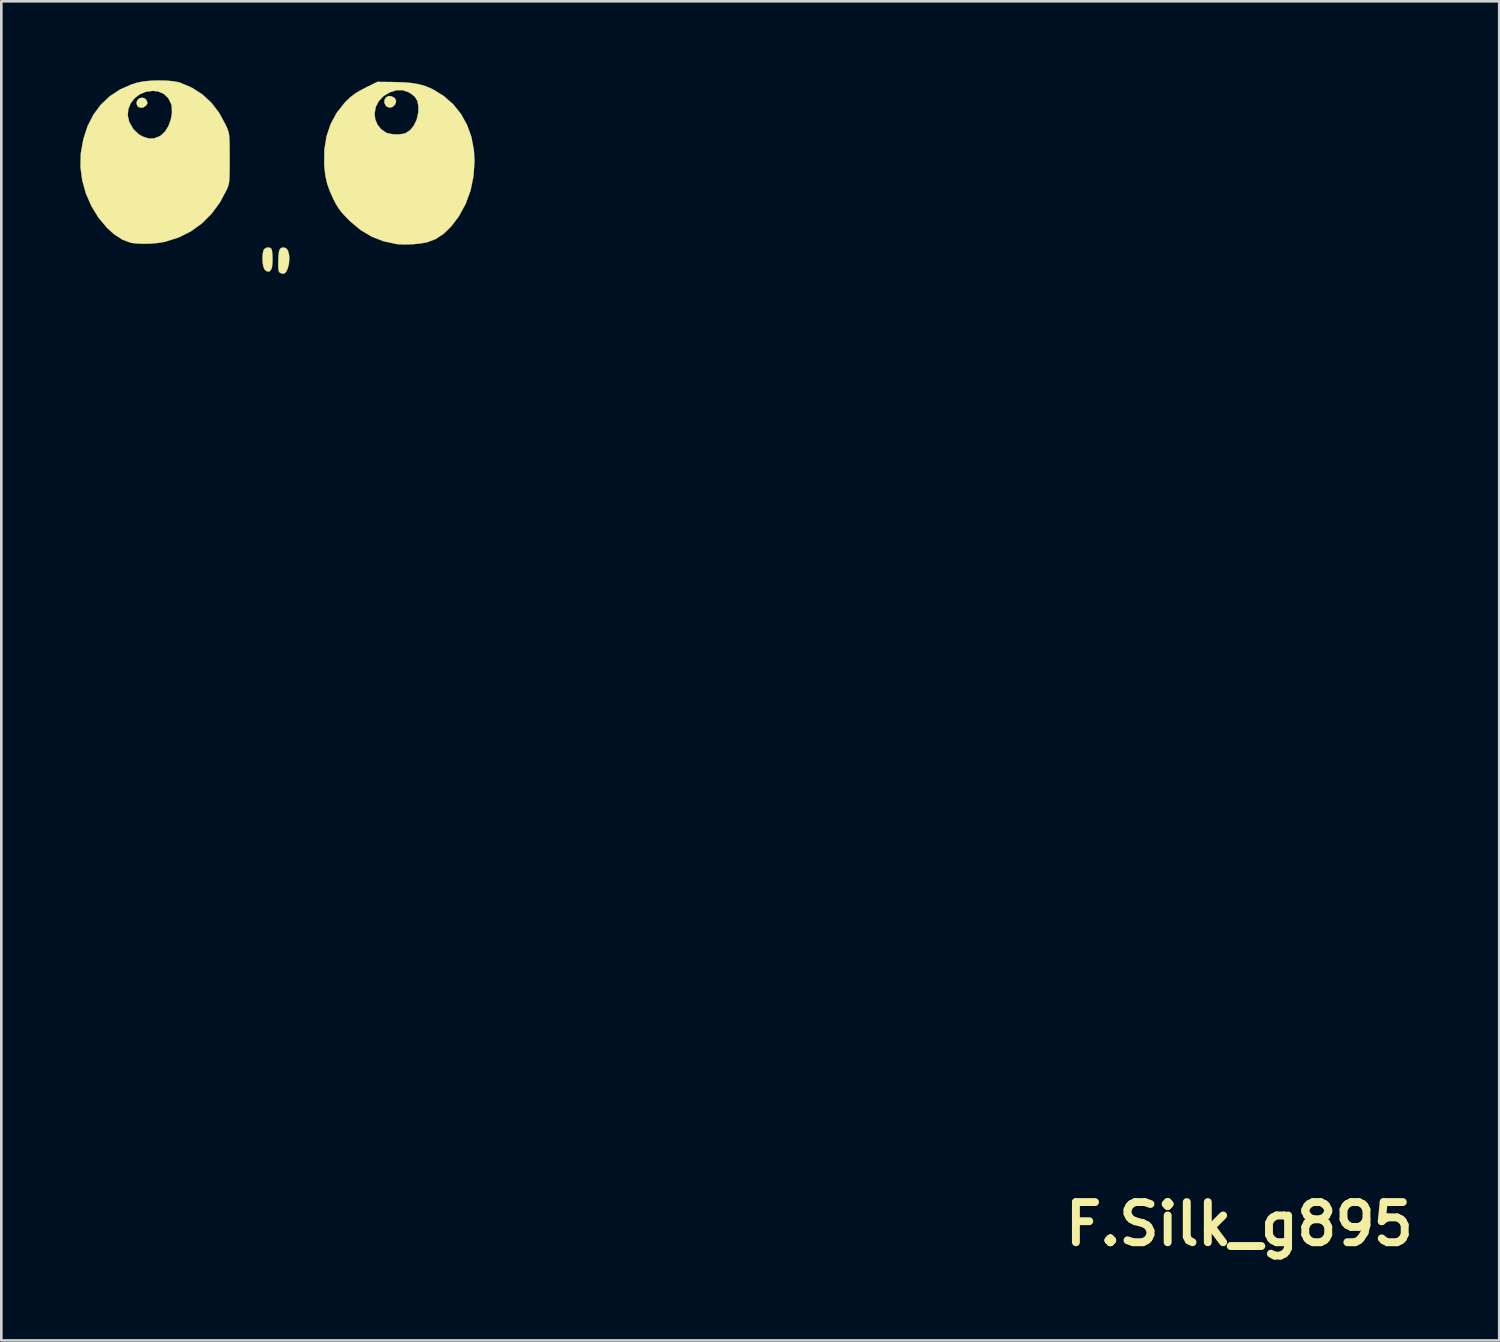
<source format=kicad_pcb>
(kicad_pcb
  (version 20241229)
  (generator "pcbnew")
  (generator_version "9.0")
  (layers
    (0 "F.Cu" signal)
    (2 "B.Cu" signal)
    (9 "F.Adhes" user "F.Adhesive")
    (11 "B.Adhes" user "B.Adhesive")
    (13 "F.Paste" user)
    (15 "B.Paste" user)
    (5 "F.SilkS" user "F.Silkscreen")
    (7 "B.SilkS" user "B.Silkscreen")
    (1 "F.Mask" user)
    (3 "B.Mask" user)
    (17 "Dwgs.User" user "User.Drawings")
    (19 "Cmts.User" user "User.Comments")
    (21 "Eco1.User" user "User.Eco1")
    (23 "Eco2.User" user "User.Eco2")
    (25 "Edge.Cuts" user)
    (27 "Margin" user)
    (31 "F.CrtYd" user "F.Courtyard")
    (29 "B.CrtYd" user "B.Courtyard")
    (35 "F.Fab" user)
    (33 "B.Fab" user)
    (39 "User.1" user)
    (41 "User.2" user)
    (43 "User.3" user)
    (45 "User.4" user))
  (footprint "F.Silk_g895"
    (layer "F.Cu")
    (at 44.001 43.421)
    (property "Reference" "F.Silk_g895" (at 0 0 0) (layer "F.SilkS") (effects (font (size 1.524 1.524) (thickness 0.3))))
    (attr through_hole)
    (fp_poly (pts (xy -41.543 -42.728) (xy -41.479 -42.651) (xy -41.454 -42.558) (xy -41.49 -42.481) (xy -41.508 -42.461) (xy -41.614 -42.391) (xy -41.732 -42.382) (xy -41.817 -42.426) (xy -41.859 -42.509) (xy -41.868 -42.566) (xy -41.834 -42.675) (xy -41.75 -42.743) (xy -41.644 -42.762) (xy -41.543 -42.728)) (stroke (width 0.01) (type solid)) (fill yes) (layer "F.SilkS"))
    (fp_poly (pts (xy -32.187 -42.817) (xy -32.06 -42.744) (xy -32.012 -42.643) (xy -32.045 -42.519) (xy -32.048 -42.513) (xy -32.139 -42.415) (xy -32.254 -42.384) (xy -32.365 -42.422) (xy -32.398 -42.451) (xy -32.458 -42.564) (xy -32.454 -42.679) (xy -32.399 -42.773) (xy -32.305 -42.826) (xy -32.187 -42.817)) (stroke (width 0.01) (type solid)) (fill yes) (layer "F.SilkS"))
    (fp_poly (pts (xy -36.801 -37.066) (xy -36.754 -37.033) (xy -36.727 -36.964) (xy -36.711 -36.837) (xy -36.704 -36.677) (xy -36.707 -36.509) (xy -36.721 -36.361) (xy -36.744 -36.261) (xy -36.809 -36.173) (xy -36.897 -36.159) (xy -36.988 -36.22) (xy -37.016 -36.257) (xy -37.057 -36.366) (xy -37.081 -36.52) (xy -37.086 -36.691) (xy -37.074 -36.852) (xy -37.044 -36.975) (xy -37.017 -37.017) (xy -36.911 -37.077) (xy -36.801 -37.066)) (stroke (width 0.01) (type solid)) (fill yes) (layer "F.SilkS"))
    (fp_poly (pts (xy -36.197 -37.054) (xy -36.117 -36.958) (xy -36.075 -36.785) (xy -36.068 -36.641) (xy -36.084 -36.45) (xy -36.126 -36.281) (xy -36.188 -36.153) (xy -36.262 -36.084) (xy -36.28 -36.079) (xy -36.368 -36.091) (xy -36.417 -36.113) (xy -36.455 -36.149) (xy -36.477 -36.215) (xy -36.486 -36.329) (xy -36.487 -36.504) (xy -36.48 -36.735) (xy -36.464 -36.895) (xy -36.435 -36.996) (xy -36.388 -37.052) (xy -36.32 -37.075) (xy -36.314 -37.076) (xy -36.197 -37.054)) (stroke (width 0.01) (type solid)) (fill yes) (layer "F.SilkS"))
    (fp_poly (pts (xy -32.108 -43.356) (xy -31.725 -43.344) (xy -31.408 -43.317) (xy -31.139 -43.27) (xy -30.899 -43.201) (xy -30.671 -43.106) (xy -30.617 -43.079) (xy -30.203 -42.825) (xy -29.846 -42.512) (xy -29.551 -42.144) (xy -29.319 -41.728) (xy -29.154 -41.268) (xy -29.06 -40.771) (xy -29.036 -40.365) (xy -29.074 -39.789) (xy -29.186 -39.242) (xy -29.373 -38.729) (xy -29.632 -38.258) (xy -29.637 -38.249) (xy -29.914 -37.883) (xy -30.204 -37.599) (xy -30.511 -37.396) (xy -30.835 -37.274) (xy -30.855 -37.269) (xy -31.105 -37.226) (xy -31.392 -37.198) (xy -31.681 -37.189) (xy -31.936 -37.2) (xy -32.004 -37.208) (xy -32.491 -37.312) (xy -32.937 -37.485) (xy -33.351 -37.732) (xy -33.742 -38.056) (xy -33.807 -38.119) (xy -33.986 -38.303) (xy -34.118 -38.455) (xy -34.223 -38.601) (xy -34.318 -38.766) (xy -34.389 -38.904) (xy -34.533 -39.222) (xy -34.633 -39.507) (xy -34.697 -39.792) (xy -34.734 -40.11) (xy -34.743 -40.238) (xy -34.737 -40.784) (xy -34.656 -41.29) (xy -34.501 -41.756) (xy -34.283 -42.161) (xy -32.83 -42.161) (xy -32.807 -41.948) (xy -32.723 -41.745) (xy -32.584 -41.569) (xy -32.411 -41.444) (xy -32.338 -41.414) (xy -32.14 -41.374) (xy -31.924 -41.367) (xy -31.729 -41.393) (xy -31.651 -41.417) (xy -31.477 -41.533) (xy -31.334 -41.714) (xy -31.229 -41.941) (xy -31.171 -42.198) (xy -31.167 -42.445) (xy -31.207 -42.642) (xy -31.3 -42.795) (xy -31.459 -42.923) (xy -31.553 -42.975) (xy -31.77 -43.048) (xy -31.998 -43.045) (xy -32.251 -42.967) (xy -32.489 -42.825) (xy -32.67 -42.635) (xy -32.786 -42.409) (xy -32.83 -42.161) (xy -34.283 -42.161) (xy -34.272 -42.182) (xy -33.968 -42.568) (xy -33.905 -42.634) (xy -33.745 -42.785) (xy -33.585 -42.908) (xy -33.399 -43.023) (xy -33.176 -43.14) (xy -32.727 -43.363) (xy -32.108 -43.356)) (stroke (width 0.01) (type solid)) (fill yes) (layer "F.SilkS"))
    (fp_poly (pts (xy -40.769 -43.411) (xy -40.506 -43.39) (xy -40.291 -43.355) (xy -40.217 -43.334) (xy -39.763 -43.14) (xy -39.366 -42.886) (xy -39.023 -42.568) (xy -38.73 -42.185) (xy -38.485 -41.733) (xy -38.446 -41.646) (xy -38.409 -41.557) (xy -38.381 -41.477) (xy -38.361 -41.394) (xy -38.348 -41.292) (xy -38.339 -41.16) (xy -38.335 -40.982) (xy -38.333 -40.747) (xy -38.333 -40.45) (xy -38.333 -40.144) (xy -38.335 -39.909) (xy -38.34 -39.733) (xy -38.348 -39.602) (xy -38.362 -39.503) (xy -38.382 -39.423) (xy -38.409 -39.348) (xy -38.436 -39.285) (xy -38.698 -38.792) (xy -39.015 -38.36) (xy -39.384 -37.991) (xy -39.801 -37.69) (xy -40.264 -37.458) (xy -40.768 -37.298) (xy -40.86 -37.278) (xy -41.092 -37.243) (xy -41.358 -37.222) (xy -41.63 -37.217) (xy -41.878 -37.227) (xy -42.074 -37.253) (xy -42.09 -37.257) (xy -42.401 -37.372) (xy -42.711 -37.571) (xy -42.989 -37.822) (xy -43.317 -38.214) (xy -43.586 -38.655) (xy -43.792 -39.131) (xy -43.931 -39.629) (xy -43.996 -40.135) (xy -43.985 -40.635) (xy -43.982 -40.655) (xy -43.886 -41.194) (xy -43.726 -41.684) (xy -43.517 -42.092) (xy -42.201 -42.092) (xy -42.148 -41.852) (xy -42.142 -41.837) (xy -41.992 -41.575) (xy -41.79 -41.378) (xy -41.64 -41.29) (xy -41.411 -41.214) (xy -41.2 -41.217) (xy -40.991 -41.3) (xy -40.937 -41.333) (xy -40.782 -41.481) (xy -40.656 -41.687) (xy -40.567 -41.928) (xy -40.523 -42.18) (xy -40.53 -42.421) (xy -40.555 -42.528) (xy -40.665 -42.749) (xy -40.831 -42.907) (xy -41.047 -42.999) (xy -41.253 -43.022) (xy -41.519 -42.986) (xy -41.753 -42.887) (xy -41.947 -42.736) (xy -42.092 -42.546) (xy -42.18 -42.327) (xy -42.201 -42.092) (xy -43.517 -42.092) (xy -43.503 -42.119) (xy -43.221 -42.499) (xy -42.881 -42.82) (xy -42.485 -43.079) (xy -42.036 -43.274) (xy -41.825 -43.338) (xy -41.609 -43.379) (xy -41.344 -43.405) (xy -41.056 -43.416) (xy -40.769 -43.411)) (stroke (width 0.01) (type solid)) (fill yes) (layer "F.SilkS")))
  (gr_rect
    (start -3 -3)
    (end 53.867 47.839)
    (stroke (width 0.1) (type default))
    (fill no)
    (layer "Edge.Cuts")))
</source>
